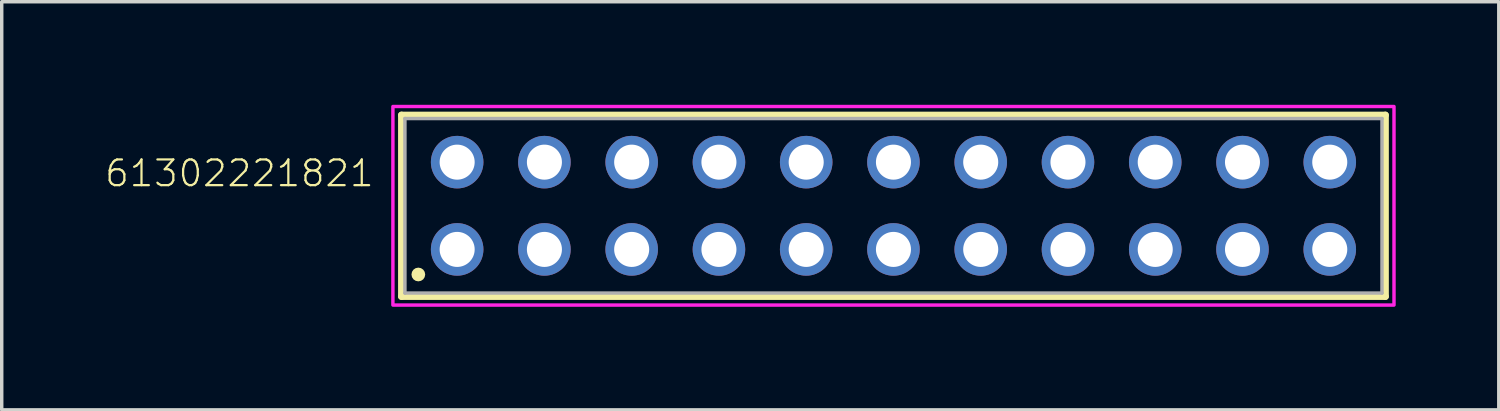
<source format=kicad_pcb>
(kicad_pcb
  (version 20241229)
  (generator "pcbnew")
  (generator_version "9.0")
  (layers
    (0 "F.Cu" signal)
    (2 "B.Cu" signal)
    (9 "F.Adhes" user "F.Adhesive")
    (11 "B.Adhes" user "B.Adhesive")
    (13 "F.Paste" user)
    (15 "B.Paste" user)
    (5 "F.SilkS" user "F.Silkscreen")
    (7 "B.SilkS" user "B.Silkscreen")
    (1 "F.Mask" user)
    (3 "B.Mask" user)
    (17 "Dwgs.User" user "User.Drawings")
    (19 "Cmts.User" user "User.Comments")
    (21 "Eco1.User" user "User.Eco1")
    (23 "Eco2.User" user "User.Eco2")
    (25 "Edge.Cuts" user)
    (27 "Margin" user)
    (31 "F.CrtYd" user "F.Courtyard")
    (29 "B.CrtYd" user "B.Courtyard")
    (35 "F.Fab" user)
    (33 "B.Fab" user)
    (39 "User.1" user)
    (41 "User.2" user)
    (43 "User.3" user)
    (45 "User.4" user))
  (footprint "61302221821"
    (layer "F.Cu")
    (at 22.957 2.94)
    (property "Reference" "61302221821" (at -15.078 -0.506 0) (unlocked yes) (layer "F.SilkS") (effects (font (size 0.748 0.748) (thickness 0.065)) (justify right bottom)))
    (fp_line (start -14.32 -2.64) (end 14.32 -2.64) (stroke (width 0.2) (type solid)) (layer "F.SilkS"))
    (fp_line (start -14.32 2.64) (end -14.32 -2.64) (stroke (width 0.2) (type solid)) (layer "F.SilkS"))
    (fp_line (start 14.32 -2.64) (end 14.32 2.64) (stroke (width 0.2) (type solid)) (layer "F.SilkS"))
    (fp_line (start 14.32 2.64) (end -14.32 2.64) (stroke (width 0.2) (type solid)) (layer "F.SilkS"))
    (fp_circle (center -13.83 2) (end -13.73 2) (stroke (width 0.2) (type solid)) (fill no) (layer "F.SilkS"))
    (fp_poly (pts (xy 14.57 2.89) (xy -14.57 2.89) (xy -14.57 -2.89) (xy 14.57 -2.89)) (stroke (width 0.1) (type default)) (fill no) (layer "F.CrtYd"))
    (fp_line (start -14.22 -2.54) (end -14.22 2.54) (stroke (width 0.1) (type solid)) (layer "F.Fab"))
    (fp_line (start -14.22 2.54) (end 14.22 2.54) (stroke (width 0.1) (type solid)) (layer "F.Fab"))
    (fp_line (start 14.22 -2.54) (end -14.22 -2.54) (stroke (width 0.1) (type solid)) (layer "F.Fab"))
    (fp_line (start 14.22 2.54) (end 14.22 -2.54) (stroke (width 0.1) (type solid)) (layer "F.Fab"))
    (pad "1" thru_hole circle (at -12.7 1.27) (size 1.53 1.53) (drill 1.02) (layers "*.Cu" "*.Mask"))
    (pad "2" thru_hole circle (at -12.7 -1.27) (size 1.53 1.53) (drill 1.02) (layers "*.Cu" "*.Mask"))
    (pad "3" thru_hole circle (at -10.16 1.27) (size 1.53 1.53) (drill 1.02) (layers "*.Cu" "*.Mask"))
    (pad "4" thru_hole circle (at -10.16 -1.27) (size 1.53 1.53) (drill 1.02) (layers "*.Cu" "*.Mask"))
    (pad "5" thru_hole circle (at -7.62 1.27) (size 1.53 1.53) (drill 1.02) (layers "*.Cu" "*.Mask"))
    (pad "6" thru_hole circle (at -7.62 -1.27) (size 1.53 1.53) (drill 1.02) (layers "*.Cu" "*.Mask"))
    (pad "7" thru_hole circle (at -5.08 1.27) (size 1.53 1.53) (drill 1.02) (layers "*.Cu" "*.Mask"))
    (pad "8" thru_hole circle (at -5.08 -1.27) (size 1.53 1.53) (drill 1.02) (layers "*.Cu" "*.Mask"))
    (pad "9" thru_hole circle (at -2.54 1.27) (size 1.53 1.53) (drill 1.02) (layers "*.Cu" "*.Mask"))
    (pad "10" thru_hole circle (at -2.54 -1.27) (size 1.53 1.53) (drill 1.02) (layers "*.Cu" "*.Mask"))
    (pad "11" thru_hole circle (at 0 1.27) (size 1.53 1.53) (drill 1.02) (layers "*.Cu" "*.Mask"))
    (pad "12" thru_hole circle (at 0 -1.27) (size 1.53 1.53) (drill 1.02) (layers "*.Cu" "*.Mask"))
    (pad "13" thru_hole circle (at 2.54 1.27) (size 1.53 1.53) (drill 1.02) (layers "*.Cu" "*.Mask"))
    (pad "14" thru_hole circle (at 2.54 -1.27) (size 1.53 1.53) (drill 1.02) (layers "*.Cu" "*.Mask"))
    (pad "15" thru_hole circle (at 5.08 1.27) (size 1.53 1.53) (drill 1.02) (layers "*.Cu" "*.Mask"))
    (pad "16" thru_hole circle (at 5.08 -1.27) (size 1.53 1.53) (drill 1.02) (layers "*.Cu" "*.Mask"))
    (pad "17" thru_hole circle (at 7.62 1.27) (size 1.53 1.53) (drill 1.02) (layers "*.Cu" "*.Mask"))
    (pad "18" thru_hole circle (at 7.62 -1.27) (size 1.53 1.53) (drill 1.02) (layers "*.Cu" "*.Mask"))
    (pad "19" thru_hole circle (at 10.16 1.27) (size 1.53 1.53) (drill 1.02) (layers "*.Cu" "*.Mask"))
    (pad "20" thru_hole circle (at 10.16 -1.27) (size 1.53 1.53) (drill 1.02) (layers "*.Cu" "*.Mask"))
    (pad "21" thru_hole circle (at 12.7 1.27) (size 1.53 1.53) (drill 1.02) (layers "*.Cu" "*.Mask"))
    (pad "22" thru_hole circle (at 12.7 -1.27) (size 1.53 1.53) (drill 1.02) (layers "*.Cu" "*.Mask")))
  (gr_rect
    (start -3 -3)
    (end 40.577 8.88)
    (stroke (width 0.1) (type default))
    (fill no)
    (layer "Edge.Cuts")))
</source>
